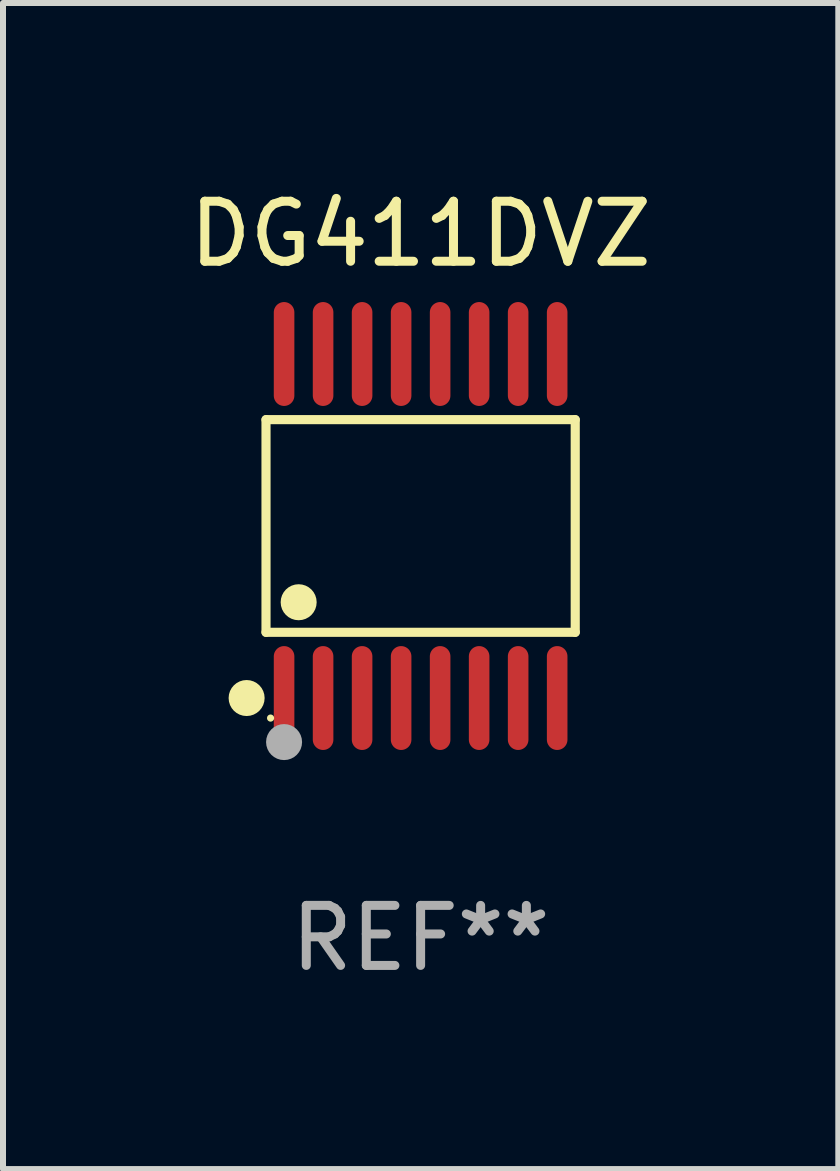
<source format=kicad_pcb>
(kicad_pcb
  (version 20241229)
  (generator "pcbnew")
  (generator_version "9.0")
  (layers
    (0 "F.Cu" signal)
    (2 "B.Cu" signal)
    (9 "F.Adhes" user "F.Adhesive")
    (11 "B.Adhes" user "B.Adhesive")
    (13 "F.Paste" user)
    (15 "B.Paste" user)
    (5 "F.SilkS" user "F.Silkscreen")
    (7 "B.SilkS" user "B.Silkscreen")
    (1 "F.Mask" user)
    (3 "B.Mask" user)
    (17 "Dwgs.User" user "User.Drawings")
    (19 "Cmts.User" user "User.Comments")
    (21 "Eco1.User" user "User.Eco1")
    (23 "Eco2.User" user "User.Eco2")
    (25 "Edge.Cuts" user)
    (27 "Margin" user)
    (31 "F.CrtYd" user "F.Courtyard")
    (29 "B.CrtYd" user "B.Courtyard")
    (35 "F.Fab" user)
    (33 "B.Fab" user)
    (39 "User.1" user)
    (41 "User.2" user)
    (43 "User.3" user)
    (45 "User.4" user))
  (footprint "DG411DVZ"
    (layer "F.Cu")
    (at 3.958 5.714)
    (property "Reference" "DG411DVZ" (at 0 -4.866 0) (layer "F.SilkS") (effects (font (size 1 1) (thickness 0.15))))
    (attr through_hole)
    (fp_line (start -2.576 -1.772) (end 2.576 -1.772) (stroke (width 0.152) (type solid)) (layer "F.SilkS"))
    (fp_line (start -2.576 1.771) (end -2.576 -1.772) (stroke (width 0.152) (type solid)) (layer "F.SilkS"))
    (fp_line (start 2.576 -1.772) (end 2.576 1.771) (stroke (width 0.152) (type solid)) (layer "F.SilkS"))
    (fp_line (start 2.576 1.771) (end -2.576 1.771) (stroke (width 0.152) (type solid)) (layer "F.SilkS"))
    (fp_circle (center -2.899 2.866) (end -2.749 2.866) (stroke (width 0.3) (type solid)) (fill no) (layer "F.SilkS"))
    (fp_circle (center -2.5 3.2) (end -2.47 3.2) (stroke (width 0.06) (type solid)) (fill no) (layer "F.SilkS"))
    (fp_circle (center -2.032 1.27) (end -1.882 1.27) (stroke (width 0.3) (type solid)) (fill no) (layer "F.SilkS"))
    (fp_circle (center -2.275 3.6) (end -2.125 3.6) (stroke (width 0.3) (type solid)) (fill no) (layer "F.Fab"))
    (fp_text user "REF**" (at 0 6.866 0) (layer "F.Fab") (effects (font (size 1 1) (thickness 0.15))))
    (pad "1" smd oval (at -2.275 2.866) (size 0.343 1.731) (layers "F.Cu" "F.Mask" "F.Paste"))
    (pad "2" smd oval (at -1.625 2.866) (size 0.343 1.731) (layers "F.Cu" "F.Mask" "F.Paste"))
    (pad "3" smd oval (at -0.975 2.866) (size 0.343 1.731) (layers "F.Cu" "F.Mask" "F.Paste"))
    (pad "4" smd oval (at -0.325 2.866) (size 0.343 1.731) (layers "F.Cu" "F.Mask" "F.Paste"))
    (pad "5" smd oval (at 0.325 2.866) (size 0.343 1.731) (layers "F.Cu" "F.Mask" "F.Paste"))
    (pad "6" smd oval (at 0.975 2.866) (size 0.343 1.731) (layers "F.Cu" "F.Mask" "F.Paste"))
    (pad "7" smd oval (at 1.625 2.866) (size 0.343 1.731) (layers "F.Cu" "F.Mask" "F.Paste"))
    (pad "8" smd oval (at 2.275 2.866) (size 0.343 1.731) (layers "F.Cu" "F.Mask" "F.Paste"))
    (pad "9" smd oval (at 2.275 -2.866) (size 0.343 1.731) (layers "F.Cu" "F.Mask" "F.Paste"))
    (pad "10" smd oval (at 1.625 -2.866) (size 0.343 1.731) (layers "F.Cu" "F.Mask" "F.Paste"))
    (pad "11" smd oval (at 0.975 -2.866) (size 0.343 1.731) (layers "F.Cu" "F.Mask" "F.Paste"))
    (pad "12" smd oval (at 0.325 -2.866) (size 0.343 1.731) (layers "F.Cu" "F.Mask" "F.Paste"))
    (pad "13" smd oval (at -0.325 -2.866) (size 0.343 1.731) (layers "F.Cu" "F.Mask" "F.Paste"))
    (pad "14" smd oval (at -0.975 -2.866) (size 0.343 1.731) (layers "F.Cu" "F.Mask" "F.Paste"))
    (pad "15" smd oval (at -1.625 -2.866) (size 0.343 1.731) (layers "F.Cu" "F.Mask" "F.Paste"))
    (pad "16" smd oval (at -2.275 -2.866) (size 0.343 1.731) (layers "F.Cu" "F.Mask" "F.Paste")))
  (gr_rect
    (start -3 -3)
    (end 10.917 16.428)
    (stroke (width 0.1) (type default))
    (fill no)
    (layer "Edge.Cuts")))
</source>
